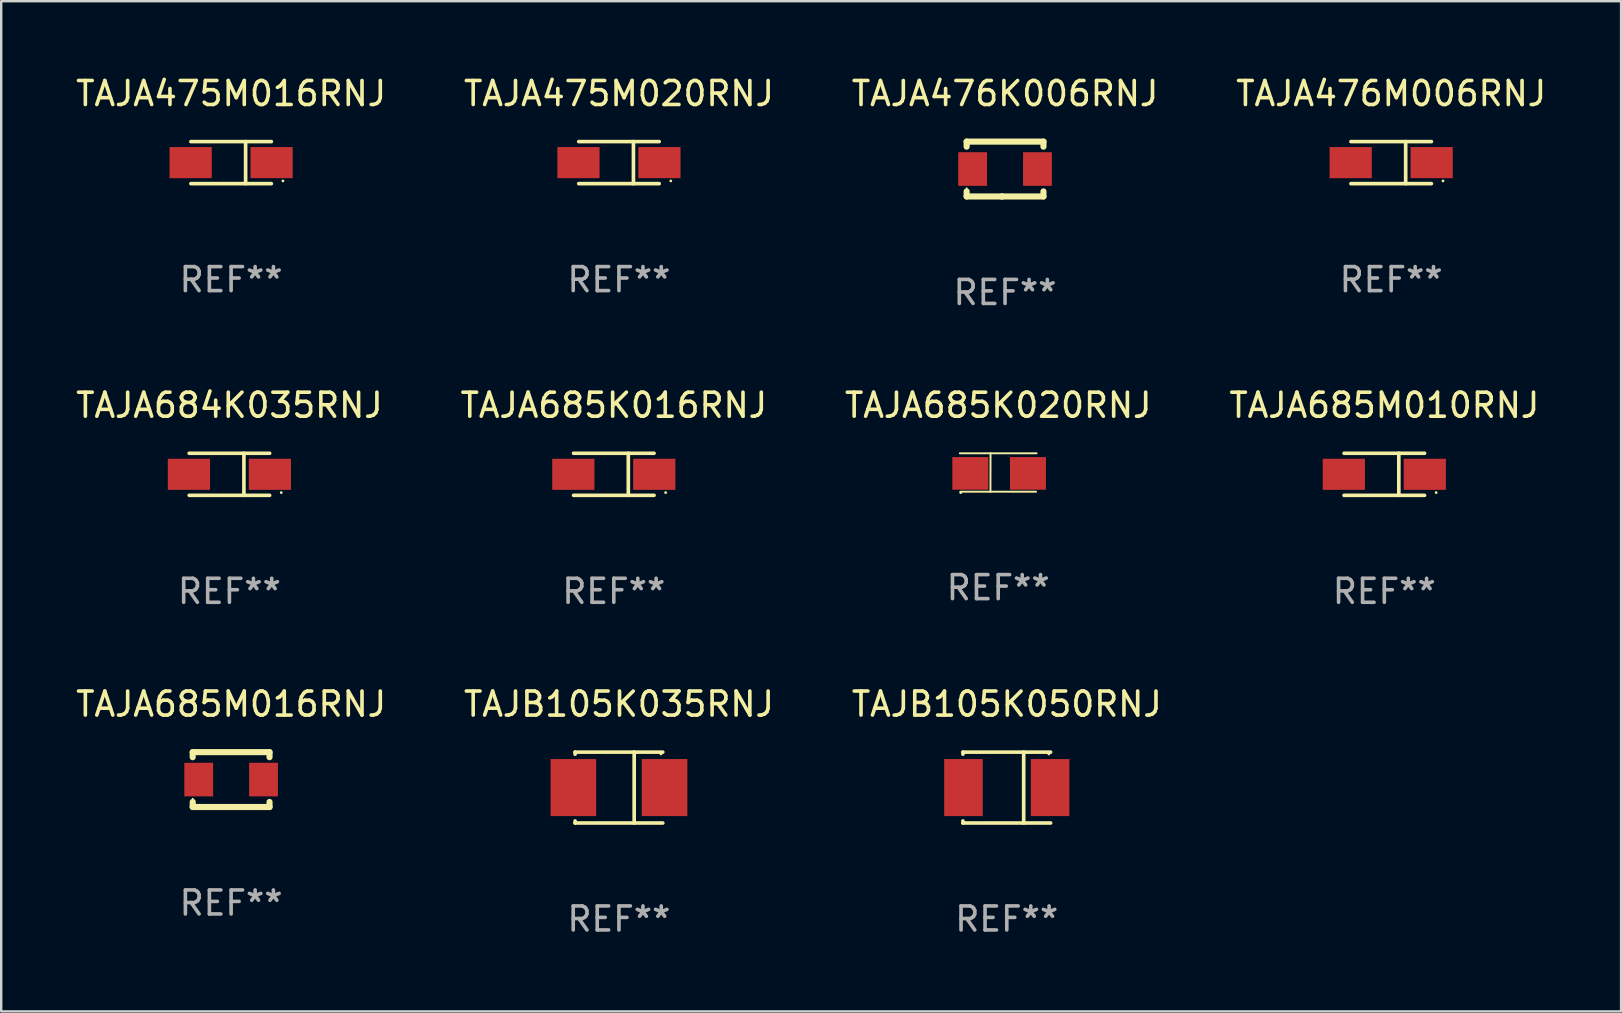
<source format=kicad_pcb>
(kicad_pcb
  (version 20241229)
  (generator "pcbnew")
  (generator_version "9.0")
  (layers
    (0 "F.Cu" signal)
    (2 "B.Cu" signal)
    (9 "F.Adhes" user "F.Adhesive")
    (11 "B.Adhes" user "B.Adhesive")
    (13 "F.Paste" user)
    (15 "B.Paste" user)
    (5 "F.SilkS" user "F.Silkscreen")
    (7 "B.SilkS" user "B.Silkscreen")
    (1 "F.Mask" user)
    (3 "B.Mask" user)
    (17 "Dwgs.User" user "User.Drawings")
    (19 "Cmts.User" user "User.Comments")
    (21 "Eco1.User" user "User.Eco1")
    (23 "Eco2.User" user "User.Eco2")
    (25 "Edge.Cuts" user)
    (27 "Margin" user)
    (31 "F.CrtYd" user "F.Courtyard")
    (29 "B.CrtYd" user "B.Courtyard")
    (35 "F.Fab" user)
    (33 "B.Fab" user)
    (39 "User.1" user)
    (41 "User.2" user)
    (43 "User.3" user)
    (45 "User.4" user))
  (footprint "TAJB105K035RNJ"
    (layer "F.Cu")
    (at 22.732 29.756)
    (property "Reference" "TAJB105K035RNJ" (at 0 -3.476 0) (layer "F.SilkS") (effects (font (size 1 1) (thickness 0.15))))
    (attr through_hole)
    (fp_line (start -1.826 -1.476) (end -1.826 -1.391) (stroke (width 0.152) (type solid)) (layer "F.SilkS"))
    (fp_line (start -1.826 -1.476) (end 1.826 -1.476) (stroke (width 0.152) (type solid)) (layer "F.SilkS"))
    (fp_line (start -1.826 1.476) (end -1.826 1.391) (stroke (width 0.152) (type solid)) (layer "F.SilkS"))
    (fp_line (start -1.826 1.476) (end 1.826 1.476) (stroke (width 0.152) (type solid)) (layer "F.SilkS"))
    (fp_line (start 0.635 -1.476) (end 0.635 1.476) (stroke (width 0.152) (type solid)) (layer "F.SilkS"))
    (fp_circle (center 1.75 -1.4) (end 1.78 -1.4) (stroke (width 0.06) (type solid)) (fill no) (layer "F.SilkS"))
    (fp_text user "REF**" (at 0 5.476 0) (layer "F.Fab") (effects (font (size 1 1) (thickness 0.15))))
    (pad "1" smd rect (at 1.899 0) (size 1.9 2.376) (layers "F.Cu" "F.Mask" "F.Paste"))
    (pad "2" smd rect (at -1.899 0) (size 1.9 2.376) (layers "F.Cu" "F.Mask" "F.Paste")))
  (footprint "TAJB105K050RNJ"
    (layer "F.Cu")
    (at 38.887 29.756)
    (property "Reference" "TAJB105K050RNJ" (at 0 -3.476 0) (layer "F.SilkS") (effects (font (size 1 1) (thickness 0.15))))
    (attr through_hole)
    (fp_line (start -1.826 -1.476) (end -1.826 -1.391) (stroke (width 0.152) (type solid)) (layer "F.SilkS"))
    (fp_line (start -1.826 -1.476) (end 1.826 -1.476) (stroke (width 0.152) (type solid)) (layer "F.SilkS"))
    (fp_line (start -1.826 1.476) (end -1.826 1.391) (stroke (width 0.152) (type solid)) (layer "F.SilkS"))
    (fp_line (start -1.826 1.476) (end 1.826 1.476) (stroke (width 0.152) (type solid)) (layer "F.SilkS"))
    (fp_line (start 0.704 -1.476) (end 0.704 1.476) (stroke (width 0.152) (type solid)) (layer "F.SilkS"))
    (fp_circle (center 1.75 -1.4) (end 1.78 -1.4) (stroke (width 0.06) (type solid)) (fill no) (layer "F.SilkS"))
    (fp_text user "REF**" (at 0 5.476 0) (layer "F.Fab") (effects (font (size 1 1) (thickness 0.15))))
    (pad "1" smd rect (at 1.804 0) (size 1.607 2.376) (layers "F.Cu" "F.Mask" "F.Paste"))
    (pad "2" smd rect (at -1.804 0) (size 1.607 2.376) (layers "F.Cu" "F.Mask" "F.Paste")))
  (footprint "TAJA685K020RNJ"
    (layer "F.Cu")
    (at 38.53 16.631)
    (property "Reference" "TAJA685K020RNJ" (at 0 -2.8 0) (layer "F.SilkS") (effects (font (size 1 1) (thickness 0.15))))
    (attr through_hole)
    (fp_line (start -1.6 -0.8) (end 1.6 -0.8) (stroke (width 0.08) (type solid)) (layer "F.SilkS"))
    (fp_line (start -1.575 0.8) (end 1.575 0.8) (stroke (width 0.08) (type solid)) (layer "F.SilkS"))
    (fp_line (start -0.323 0.8) (end -0.32 -0.8) (stroke (width 0.08) (type solid)) (layer "F.SilkS"))
    (fp_circle (center -1.561 0.838) (end -1.531 0.838) (stroke (width 0.06) (type solid)) (fill no) (layer "F.SilkS"))
    (fp_text user "REF**" (at 0 4.8 0) (layer "F.Fab") (effects (font (size 1 1) (thickness 0.15))))
    (pad "1" smd rect (at -1.161 0.038) (size 1.5 1.359) (layers "F.Cu" "F.Mask" "F.Paste"))
    (pad "2" smd rect (at 1.239 0.038) (size 1.5 1.359) (layers "F.Cu" "F.Mask" "F.Paste")))
  (footprint "TAJA685M010RNJ"
    (layer "F.Cu")
    (at 54.613 16.707)
    (property "Reference" "TAJA685M010RNJ" (at 0 -2.876 0) (layer "F.SilkS") (effects (font (size 1 1) (thickness 0.15))))
    (attr through_hole)
    (fp_line (start -1.676 -0.876) (end 1.676 -0.876) (stroke (width 0.152) (type solid)) (layer "F.SilkS"))
    (fp_line (start -1.676 0.876) (end 1.676 0.876) (stroke (width 0.152) (type solid)) (layer "F.SilkS"))
    (fp_line (start 0.604 -0.876) (end 0.604 0.876) (stroke (width 0.152) (type solid)) (layer "F.SilkS"))
    (fp_circle (center 2.159 0.762) (end 2.189 0.762) (stroke (width 0.06) (type solid)) (fill no) (layer "F.SilkS"))
    (fp_text user "REF**" (at 0 4.876 0) (layer "F.Fab") (effects (font (size 1 1) (thickness 0.15))))
    (pad "1" smd rect (at 1.686 0) (size 1.758 1.296) (layers "F.Cu" "F.Mask" "F.Paste"))
    (pad "2" smd rect (at -1.686 0) (size 1.758 1.296) (layers "F.Cu" "F.Mask" "F.Paste")))
  (footprint "TAJA684K035RNJ"
    (layer "F.Cu")
    (at 6.506 16.707)
    (property "Reference" "TAJA684K035RNJ" (at 0 -2.876 0) (layer "F.SilkS") (effects (font (size 1 1) (thickness 0.15))))
    (attr through_hole)
    (fp_line (start -1.676 -0.876) (end 1.676 -0.876) (stroke (width 0.152) (type solid)) (layer "F.SilkS"))
    (fp_line (start -1.676 0.876) (end 1.676 0.876) (stroke (width 0.152) (type solid)) (layer "F.SilkS"))
    (fp_line (start 0.604 -0.876) (end 0.604 0.876) (stroke (width 0.152) (type solid)) (layer "F.SilkS"))
    (fp_circle (center 2.159 0.762) (end 2.189 0.762) (stroke (width 0.06) (type solid)) (fill no) (layer "F.SilkS"))
    (fp_text user "REF**" (at 0 4.876 0) (layer "F.Fab") (effects (font (size 1 1) (thickness 0.15))))
    (pad "1" smd rect (at 1.686 0) (size 1.758 1.296) (layers "F.Cu" "F.Mask" "F.Paste"))
    (pad "2" smd rect (at -1.686 0) (size 1.758 1.296) (layers "F.Cu" "F.Mask" "F.Paste")))
  (footprint "TAJA685K016RNJ"
    (layer "F.Cu")
    (at 22.518 16.707)
    (property "Reference" "TAJA685K016RNJ" (at 0 -2.876 0) (layer "F.SilkS") (effects (font (size 1 1) (thickness 0.15))))
    (attr through_hole)
    (fp_line (start -1.676 -0.876) (end 1.676 -0.876) (stroke (width 0.152) (type solid)) (layer "F.SilkS"))
    (fp_line (start -1.676 0.876) (end 1.676 0.876) (stroke (width 0.152) (type solid)) (layer "F.SilkS"))
    (fp_line (start 0.604 -0.876) (end 0.604 0.876) (stroke (width 0.152) (type solid)) (layer "F.SilkS"))
    (fp_circle (center 2.159 0.762) (end 2.189 0.762) (stroke (width 0.06) (type solid)) (fill no) (layer "F.SilkS"))
    (fp_text user "REF**" (at 0 4.876 0) (layer "F.Fab") (effects (font (size 1 1) (thickness 0.15))))
    (pad "1" smd rect (at 1.686 0) (size 1.758 1.296) (layers "F.Cu" "F.Mask" "F.Paste"))
    (pad "2" smd rect (at -1.686 0) (size 1.758 1.296) (layers "F.Cu" "F.Mask" "F.Paste")))
  (footprint "TAJA475M016RNJ"
    (layer "F.Cu")
    (at 6.577 3.724)
    (property "Reference" "TAJA475M016RNJ" (at 0 -2.876 0) (layer "F.SilkS") (effects (font (size 1 1) (thickness 0.15))))
    (attr through_hole)
    (fp_line (start -1.676 -0.876) (end 1.676 -0.876) (stroke (width 0.152) (type solid)) (layer "F.SilkS"))
    (fp_line (start -1.676 0.876) (end 1.676 0.876) (stroke (width 0.152) (type solid)) (layer "F.SilkS"))
    (fp_line (start 0.604 -0.876) (end 0.604 0.876) (stroke (width 0.152) (type solid)) (layer "F.SilkS"))
    (fp_circle (center 2.159 0.762) (end 2.189 0.762) (stroke (width 0.06) (type solid)) (fill no) (layer "F.SilkS"))
    (fp_text user "REF**" (at 0 4.876 0) (layer "F.Fab") (effects (font (size 1 1) (thickness 0.15))))
    (pad "1" smd rect (at 1.686 0) (size 1.758 1.296) (layers "F.Cu" "F.Mask" "F.Paste"))
    (pad "2" smd rect (at -1.686 0) (size 1.758 1.296) (layers "F.Cu" "F.Mask" "F.Paste")))
  (footprint "TAJA685M016RNJ"
    (layer "F.Cu")
    (at 6.577 29.423)
    (property "Reference" "TAJA685M016RNJ" (at 0 -3.143 0) (layer "F.SilkS") (effects (font (size 1 1) (thickness 0.15))))
    (attr through_hole)
    (fp_line (start -1.6 1.143) (end -0.128 1.143) (stroke (width 0.254) (type solid)) (layer "F.SilkS"))
    (fp_line (start -1.6 -1.143) (end -1.6 -0.931) (stroke (width 0.254) (type solid)) (layer "F.SilkS"))
    (fp_line (start -1.6 -1.143) (end 1.6 -1.143) (stroke (width 0.254) (type solid)) (layer "F.SilkS"))
    (fp_line (start -1.6 0.931) (end -1.6 1.143) (stroke (width 0.254) (type solid)) (layer "F.SilkS"))
    (fp_line (start -0.128 1.143) (end -0.128 1.143) (stroke (width 0.254) (type solid)) (layer "F.SilkS"))
    (fp_line (start -0.128 1.143) (end 1.6 1.143) (stroke (width 0.254) (type solid)) (layer "F.SilkS"))
    (fp_line (start 1.6 -1.143) (end 1.6 -0.931) (stroke (width 0.254) (type solid)) (layer "F.SilkS"))
    (fp_line (start 1.6 0.931) (end 1.6 1.143) (stroke (width 0.254) (type solid)) (layer "F.SilkS"))
    (fp_circle (center -1.6 0.8) (end -1.58 0.8) (stroke (width 0.04) (type solid)) (fill no) (layer "F.SilkS"))
    (fp_text user "REF**" (at 0 5.143 0) (layer "F.Fab") (effects (font (size 1 1) (thickness 0.15))))
    (pad "1" smd rect (at -1.35 0) (size 1.2 1.4) (layers "F.Cu" "F.Mask" "F.Paste"))
    (pad "2" smd rect (at 1.35 0) (size 1.2 1.4) (layers "F.Cu" "F.Mask" "F.Paste")))
  (footprint "TAJA475M020RNJ"
    (layer "F.Cu")
    (at 22.732 3.724)
    (property "Reference" "TAJA475M020RNJ" (at 0 -2.876 0) (layer "F.SilkS") (effects (font (size 1 1) (thickness 0.15))))
    (attr through_hole)
    (fp_line (start -1.676 -0.876) (end 1.676 -0.876) (stroke (width 0.152) (type solid)) (layer "F.SilkS"))
    (fp_line (start -1.676 0.876) (end 1.676 0.876) (stroke (width 0.152) (type solid)) (layer "F.SilkS"))
    (fp_line (start 0.604 -0.876) (end 0.604 0.876) (stroke (width 0.152) (type solid)) (layer "F.SilkS"))
    (fp_circle (center 2.159 0.762) (end 2.189 0.762) (stroke (width 0.06) (type solid)) (fill no) (layer "F.SilkS"))
    (fp_text user "REF**" (at 0 4.876 0) (layer "F.Fab") (effects (font (size 1 1) (thickness 0.15))))
    (pad "1" smd rect (at 1.686 0) (size 1.758 1.296) (layers "F.Cu" "F.Mask" "F.Paste"))
    (pad "2" smd rect (at -1.686 0) (size 1.758 1.296) (layers "F.Cu" "F.Mask" "F.Paste")))
  (footprint "TAJA476K006RNJ"
    (layer "F.Cu")
    (at 38.815 3.991)
    (property "Reference" "TAJA476K006RNJ" (at 0 -3.143 0) (layer "F.SilkS") (effects (font (size 1 1) (thickness 0.15))))
    (attr through_hole)
    (fp_line (start -1.6 1.143) (end -0.128 1.143) (stroke (width 0.254) (type solid)) (layer "F.SilkS"))
    (fp_line (start -1.6 -1.143) (end -1.6 -0.931) (stroke (width 0.254) (type solid)) (layer "F.SilkS"))
    (fp_line (start -1.6 -1.143) (end 1.6 -1.143) (stroke (width 0.254) (type solid)) (layer "F.SilkS"))
    (fp_line (start -1.6 0.931) (end -1.6 1.143) (stroke (width 0.254) (type solid)) (layer "F.SilkS"))
    (fp_line (start -0.128 1.143) (end -0.128 1.143) (stroke (width 0.254) (type solid)) (layer "F.SilkS"))
    (fp_line (start -0.128 1.143) (end 1.6 1.143) (stroke (width 0.254) (type solid)) (layer "F.SilkS"))
    (fp_line (start 1.6 -1.143) (end 1.6 -0.931) (stroke (width 0.254) (type solid)) (layer "F.SilkS"))
    (fp_line (start 1.6 0.931) (end 1.6 1.143) (stroke (width 0.254) (type solid)) (layer "F.SilkS"))
    (fp_circle (center -1.6 0.8) (end -1.58 0.8) (stroke (width 0.04) (type solid)) (fill no) (layer "F.SilkS"))
    (fp_text user "REF**" (at 0 5.143 0) (layer "F.Fab") (effects (font (size 1 1) (thickness 0.15))))
    (pad "1" smd rect (at -1.35 0) (size 1.2 1.4) (layers "F.Cu" "F.Mask" "F.Paste"))
    (pad "2" smd rect (at 1.35 0) (size 1.2 1.4) (layers "F.Cu" "F.Mask" "F.Paste")))
  (footprint "TAJA476M006RNJ"
    (layer "F.Cu")
    (at 54.899 3.724)
    (property "Reference" "TAJA476M006RNJ" (at 0 -2.876 0) (layer "F.SilkS") (effects (font (size 1 1) (thickness 0.15))))
    (attr through_hole)
    (fp_line (start -1.676 -0.876) (end 1.676 -0.876) (stroke (width 0.152) (type solid)) (layer "F.SilkS"))
    (fp_line (start -1.676 0.876) (end 1.676 0.876) (stroke (width 0.152) (type solid)) (layer "F.SilkS"))
    (fp_line (start 0.604 -0.876) (end 0.604 0.876) (stroke (width 0.152) (type solid)) (layer "F.SilkS"))
    (fp_circle (center 2.159 0.762) (end 2.189 0.762) (stroke (width 0.06) (type solid)) (fill no) (layer "F.SilkS"))
    (fp_text user "REF**" (at 0 4.876 0) (layer "F.Fab") (effects (font (size 1 1) (thickness 0.15))))
    (pad "1" smd rect (at 1.686 0) (size 1.758 1.296) (layers "F.Cu" "F.Mask" "F.Paste"))
    (pad "2" smd rect (at -1.686 0) (size 1.758 1.296) (layers "F.Cu" "F.Mask" "F.Paste")))
  (gr_rect
    (start -3 -3)
    (end 64.476 39.08)
    (stroke (width 0.1) (type default))
    (fill no)
    (layer "Edge.Cuts")))
</source>
